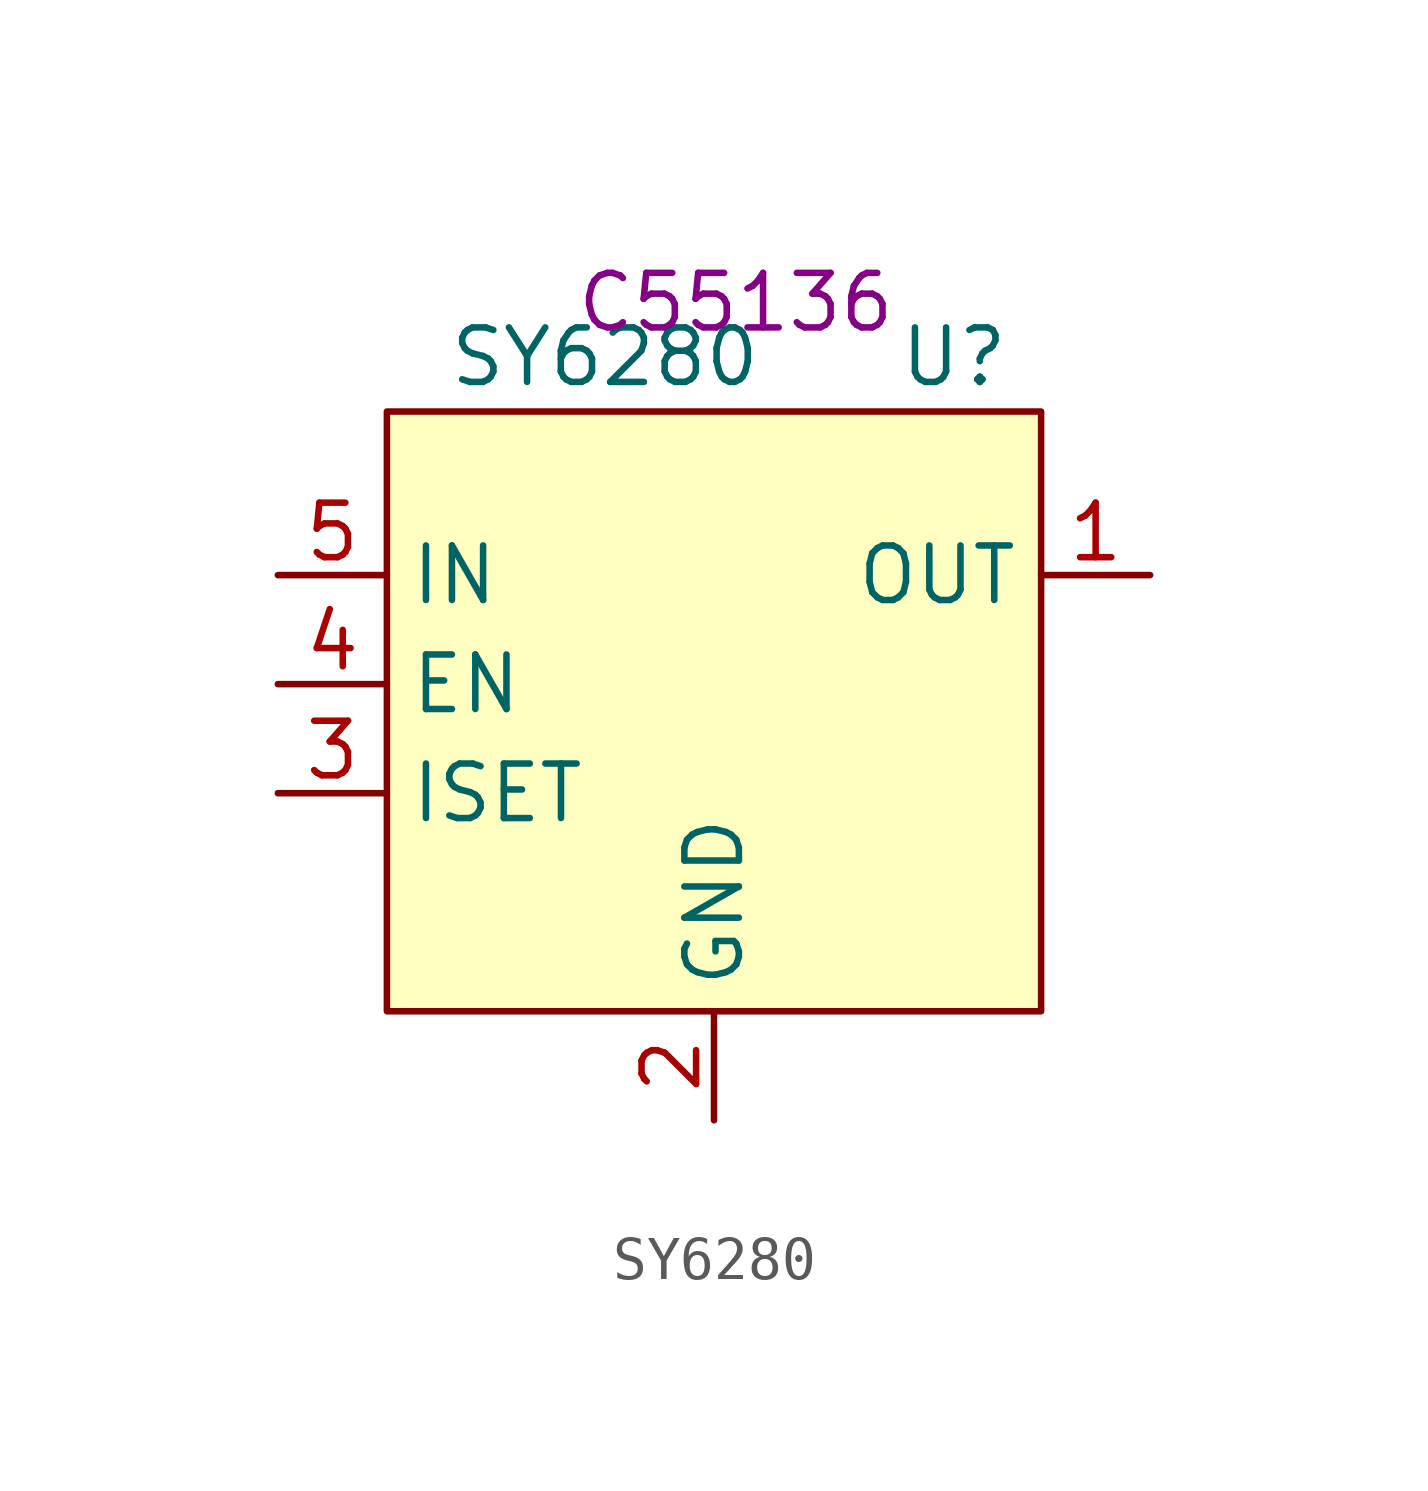
<source format=kicad_sym>
(kicad_symbol_lib
  (version 20231120)
  (generator "kicad_symbol_editor")
  (generator_version "8.0")
  (symbol "SY6280"
    (property "Reference" "U"
      (at 5.588 8.89 0)
      (effects (font (size 1.27 1.27))))
    (property "Value" "SY6280"
      (at -2.54 8.89 0)
      (effects (font (size 1.27 1.27))))
    (property "LCSC" "C55136"
      (at 0.508 10.16 0)
      (effects (font (size 1.27 1.27))))
    (symbol "SY6280_0_0"
      (pin power_out line (at 10.16 3.81 180) (length 2.54) (name "OUT" (effects (font (size 1.27 1.27)))) (number "1" (effects (font (size 1.27 1.27)))))
      (pin power_in line (at 0 -8.89 90) (length 2.54) (name "GND" (effects (font (size 1.27 1.27)))) (number "2" (effects (font (size 1.27 1.27)))))
      (pin bidirectional line (at -10.16 -1.27 0) (length 2.54) (name "ISET" (effects (font (size 1.27 1.27)))) (number "3" (effects (font (size 1.27 1.27)))))
      (pin input line (at -10.16 1.27 0) (length 2.54) (name "EN" (effects (font (size 1.27 1.27)))) (number "4" (effects (font (size 1.27 1.27)))))
      (pin power_in line (at -10.16 3.81 0) (length 2.54) (name "IN" (effects (font (size 1.27 1.27)))) (number "5" (effects (font (size 1.27 1.27))))))
    (symbol "SY6280_1_1"
      (rectangle (start -7.62 7.62) (end 7.62 -6.35) (stroke (width 0) (type default)) (fill (type background))))))
</source>
